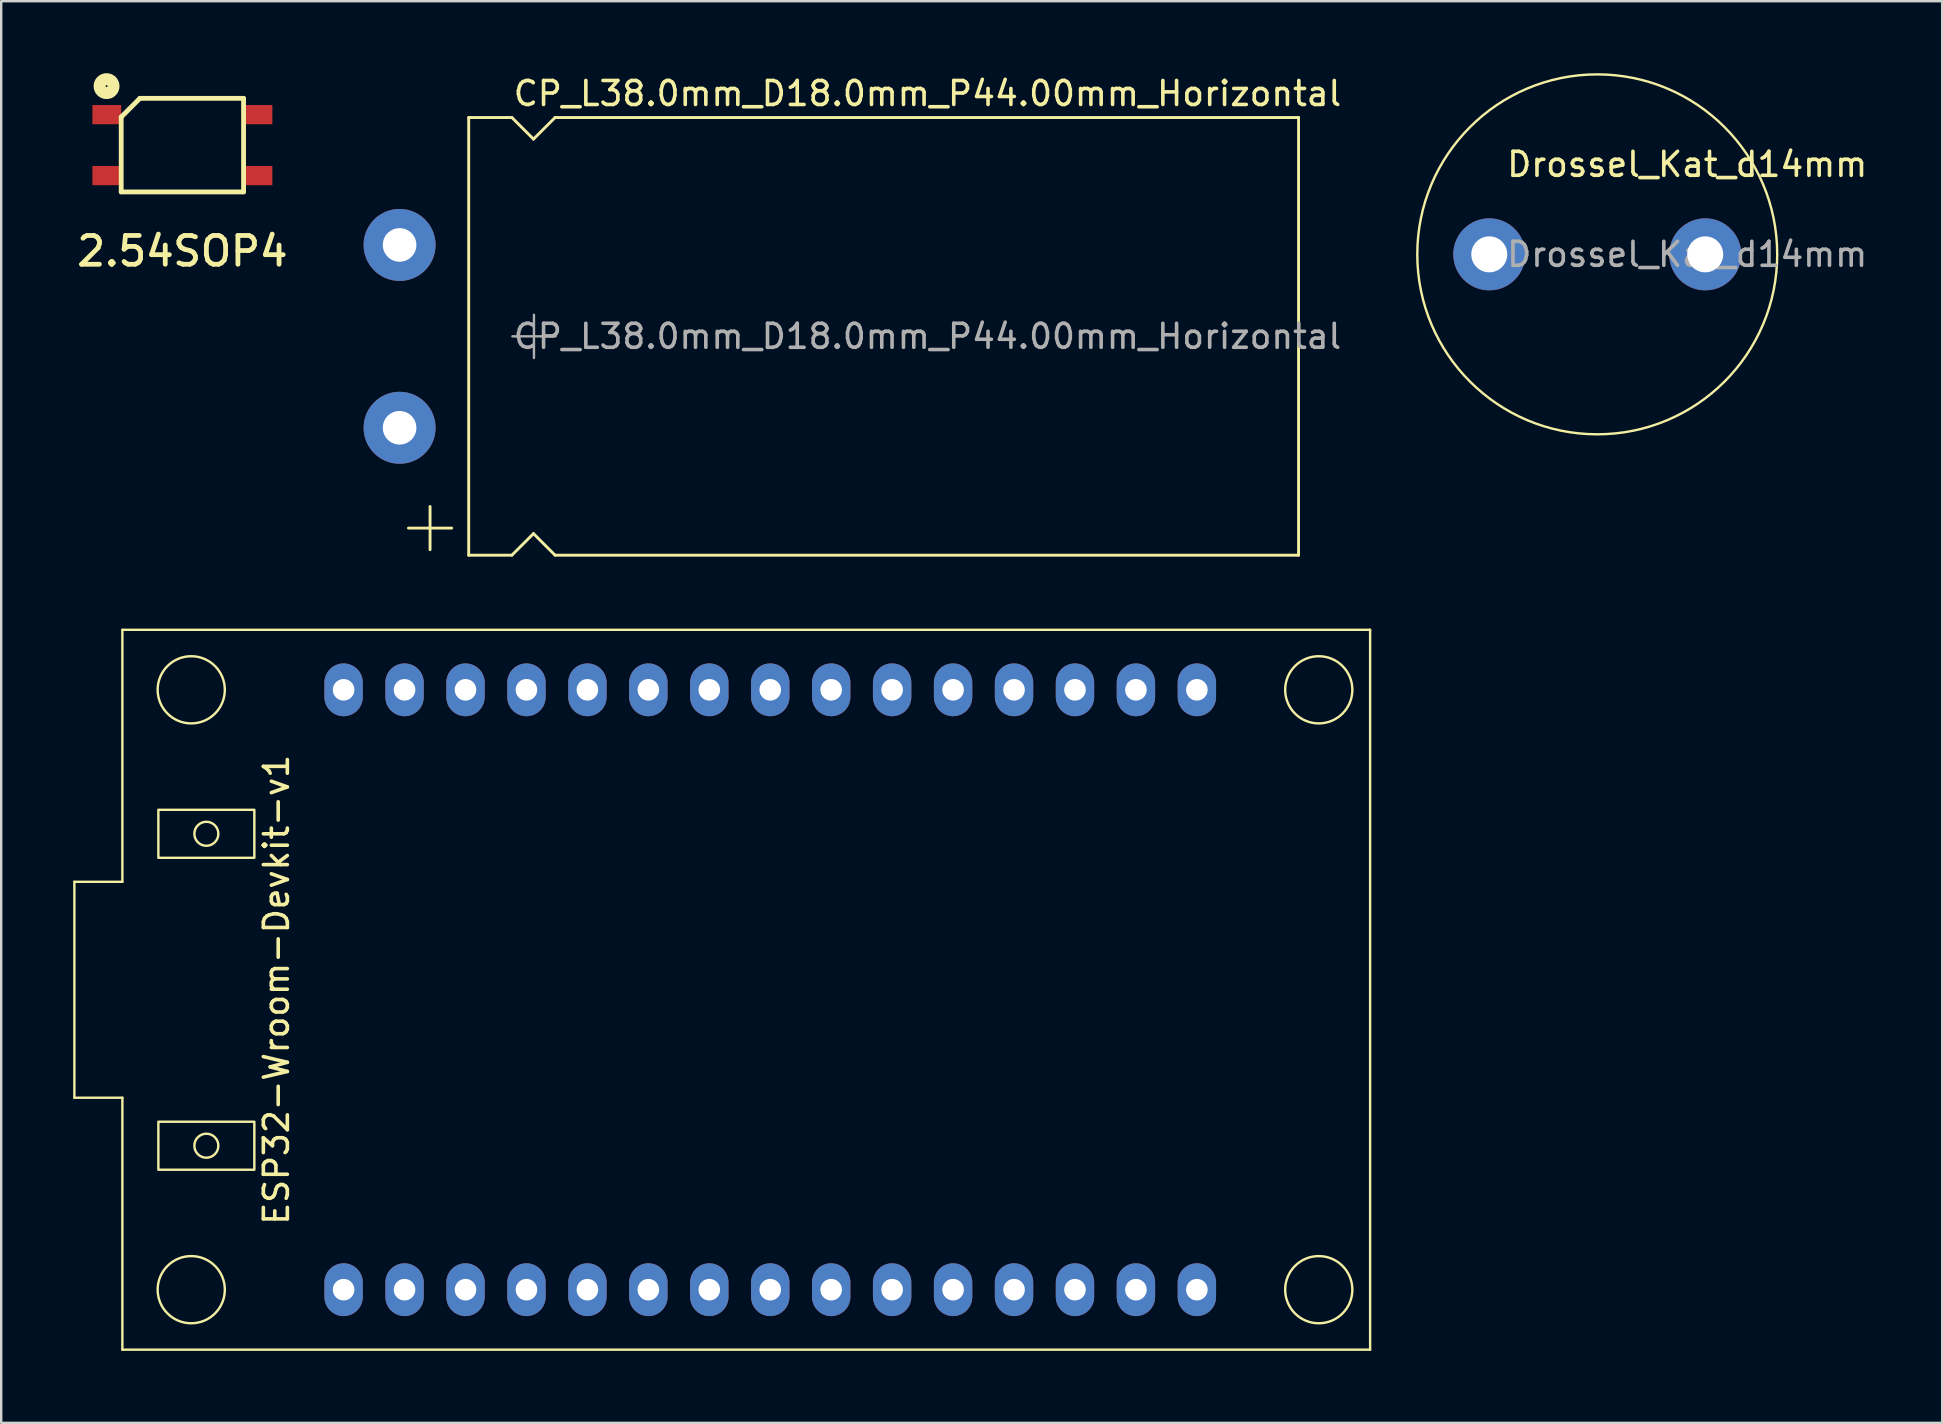
<source format=kicad_pcb>
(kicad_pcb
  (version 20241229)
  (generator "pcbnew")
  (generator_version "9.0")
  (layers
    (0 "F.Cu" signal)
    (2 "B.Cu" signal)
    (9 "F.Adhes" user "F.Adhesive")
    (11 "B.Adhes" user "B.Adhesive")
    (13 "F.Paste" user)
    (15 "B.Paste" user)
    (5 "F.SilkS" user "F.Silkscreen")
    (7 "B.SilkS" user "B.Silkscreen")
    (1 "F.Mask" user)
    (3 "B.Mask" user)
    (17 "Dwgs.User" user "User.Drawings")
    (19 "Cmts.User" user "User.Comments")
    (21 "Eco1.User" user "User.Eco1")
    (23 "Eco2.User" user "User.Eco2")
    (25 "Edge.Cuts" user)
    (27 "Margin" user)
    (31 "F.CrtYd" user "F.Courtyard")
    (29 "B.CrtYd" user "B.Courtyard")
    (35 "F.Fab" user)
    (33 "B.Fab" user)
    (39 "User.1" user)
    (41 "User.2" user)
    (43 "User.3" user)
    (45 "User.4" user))
  (footprint "CP_L38.0mm_D18.0mm_P44.00mm_Horizontal"
    (layer "F.Cu")
    (at 13.603 10.968)
    (property "Reference" "CP_L38.0mm_D18.0mm_P44.00mm_Horizontal" (at 22 -10.12 0) (layer "F.SilkS") (effects (font (size 1 1) (thickness 0.15))))
    (attr through_hole)
    (fp_line (start 0.37 7.99) (end 2.17 7.99) (stroke (width 0.12) (type solid)) (layer "F.SilkS"))
    (fp_line (start 1.27 7.09) (end 1.27 8.89) (stroke (width 0.12) (type solid)) (layer "F.SilkS"))
    (fp_line (start 2.88 -9.12) (end 2.88 9.12) (stroke (width 0.12) (type solid)) (layer "F.SilkS"))
    (fp_line (start 2.88 -9.12) (end 4.68 -9.12) (stroke (width 0.12) (type solid)) (layer "F.SilkS"))
    (fp_line (start 2.88 9.12) (end 4.68 9.12) (stroke (width 0.12) (type solid)) (layer "F.SilkS"))
    (fp_line (start 4.68 -9.12) (end 5.58 -8.22) (stroke (width 0.12) (type solid)) (layer "F.SilkS"))
    (fp_line (start 4.68 9.12) (end 5.58 8.22) (stroke (width 0.12) (type solid)) (layer "F.SilkS"))
    (fp_line (start 5.58 -8.22) (end 6.48 -9.12) (stroke (width 0.12) (type solid)) (layer "F.SilkS"))
    (fp_line (start 5.58 8.22) (end 6.48 9.12) (stroke (width 0.12) (type solid)) (layer "F.SilkS"))
    (fp_line (start 6.48 -9.12) (end 37.465 -9.12) (stroke (width 0.12) (type solid)) (layer "F.SilkS"))
    (fp_line (start 6.48 9.12) (end 37.465 9.12) (stroke (width 0.12) (type solid)) (layer "F.SilkS"))
    (fp_line (start 37.465 -9.12) (end 37.465 9.12) (stroke (width 0.12) (type solid)) (layer "F.SilkS"))
    (fp_line (start 4.7 0) (end 6.5 0) (stroke (width 0.1) (type solid)) (layer "F.Fab"))
    (fp_line (start 5.6 -0.9) (end 5.6 0.9) (stroke (width 0.1) (type solid)) (layer "F.Fab"))
    (fp_text user "${REFERENCE}" (at 22 0 0) (layer "F.Fab") (effects (font (size 1 1) (thickness 0.15))))
    (pad "1" thru_hole circle (at 0 3.81) (size 3 3) (drill 1.4) (layers "*.Cu" "*.Mask"))
    (pad "2" thru_hole oval (at 0 -3.81) (size 3 3) (drill 1.4) (layers "*.Cu" "*.Mask")))
  (footprint "2.54SOP4"
    (layer "F.Cu")
    (at 4.551 2.998)
    (property "Reference" "2.54SOP4" (at 0 4.42 0) (layer "F.SilkS") (effects (font (size 1.2 1.2) (thickness 0.2))))
    (attr through_hole)
    (fp_line (start -2.55 -1.17) (end -2.55 1.95) (stroke (width 0.2) (type solid)) (layer "F.SilkS"))
    (fp_line (start -2.55 1.95) (end 2.55 1.95) (stroke (width 0.2) (type solid)) (layer "F.SilkS"))
    (fp_line (start -1.77 -1.95) (end -2.55 -1.17) (stroke (width 0.2) (type solid)) (layer "F.SilkS"))
    (fp_line (start 2.55 -1.95) (end -1.77 -1.95) (stroke (width 0.2) (type solid)) (layer "F.SilkS"))
    (fp_line (start 2.55 1.95) (end 2.55 -1.95) (stroke (width 0.2) (type solid)) (layer "F.SilkS"))
    (fp_circle (center -3.16 -2.458) (end -3.16 -2.168) (stroke (width 0.5) (type solid)) (fill no) (layer "F.SilkS"))
    (pad "1" smd rect (at -3.15 -1.27) (size 1.2 0.8) (layers "F.Cu" "F.Mask" "F.Paste"))
    (pad "2" smd rect (at -3.15 1.27) (size 1.2 0.8) (layers "F.Cu" "F.Mask" "F.Paste"))
    (pad "3" smd rect (at 3.15 1.27) (size 1.2 0.8) (layers "F.Cu" "F.Mask" "F.Paste"))
    (pad "4" smd rect (at 3.15 -1.27) (size 1.2 0.8) (layers "F.Cu" "F.Mask" "F.Paste")))
  (footprint "Drossel_Kat_d14mm"
    (layer "F.Cu")
    (at 63.516 7.55)
    (property "Reference" "Drossel_Kat_d14mm" (at 3.75 -3.75 0) (layer "F.SilkS") (effects (font (size 1 1) (thickness 0.15))))
    (attr through_hole)
    (fp_circle (center 0 0) (end 0 7.5) (stroke (width 0.1) (type default)) (fill no) (layer "F.SilkS"))
    (fp_text user "${REFERENCE}" (at 3.75 0 0) (layer "F.Fab") (effects (font (size 1 1) (thickness 0.15))))
    (pad "1" thru_hole circle (at -4.5 0) (size 3 3) (drill 1.5) (layers "*.Cu" "*.Mask"))
    (pad "2" thru_hole circle (at 4.5 0) (size 3 3) (drill 1.5) (layers "*.Cu" "*.Mask")))
  (footprint "ESP32-Wroom-Devkit-v1"
    (layer "F.Cu")
    (at 29.05 38.198)
    (property "Reference" "ESP32-Wroom-Devkit-v1" (at -20.58 0 90) (layer "F.SilkS") (effects (font (size 1 1) (thickness 0.15))))
    (attr through_hole)
    (fp_line (start -29 -4.5) (end -29 4.5) (stroke (width 0.1) (type default)) (layer "F.SilkS"))
    (fp_line (start -27 -15) (end -27 -4.5) (stroke (width 0.1) (type default)) (layer "F.SilkS"))
    (fp_line (start -27 -4.5) (end -29 -4.5) (stroke (width 0.1) (type default)) (layer "F.SilkS"))
    (fp_line (start -27 4.5) (end -29 4.5) (stroke (width 0.1) (type default)) (layer "F.SilkS"))
    (fp_line (start -27 15) (end -27 4.5) (stroke (width 0.1) (type default)) (layer "F.SilkS"))
    (fp_line (start 25 -15) (end -27 -15) (stroke (width 0.1) (type default)) (layer "F.SilkS"))
    (fp_line (start 25 -15) (end 25 15) (stroke (width 0.1) (type default)) (layer "F.SilkS"))
    (fp_line (start 25 15) (end -27 15) (stroke (width 0.1) (type default)) (layer "F.SilkS"))
    (fp_rect (start -25.5 -7.5) (end -21.5 -5.5) (stroke (width 0.1) (type default)) (fill no) (layer "F.SilkS"))
    (fp_rect (start -25.5 5.5) (end -21.5 7.5) (stroke (width 0.1) (type default)) (fill no) (layer "F.SilkS"))
    (fp_circle (center -24.13 -12.5) (end -22.73 -12.5) (stroke (width 0.1) (type default)) (fill no) (layer "F.SilkS"))
    (fp_circle (center -24.13 12.5) (end -22.73 12.5) (stroke (width 0.1) (type default)) (fill no) (layer "F.SilkS"))
    (fp_circle (center -23.5 -6.5) (end -23.5 -6) (stroke (width 0.1) (type default)) (fill no) (layer "F.SilkS"))
    (fp_circle (center -23.5 6.5) (end -23.5 7) (stroke (width 0.1) (type default)) (fill no) (layer "F.SilkS"))
    (fp_circle (center 22.86 -12.5) (end 24.26 -12.5) (stroke (width 0.1) (type default)) (fill no) (layer "F.SilkS"))
    (fp_circle (center 22.86 12.5) (end 24.26 12.5) (stroke (width 0.1) (type default)) (fill no) (layer "F.SilkS"))
    (pad "1" thru_hole oval (at -17.78 12.5) (size 1.6 2.2) (drill 0.9) (layers "*.Cu" "*.Mask"))
    (pad "2" thru_hole oval (at -15.24 12.5) (size 1.6 2.2) (drill 0.9) (layers "*.Cu" "*.Mask"))
    (pad "3" thru_hole oval (at -12.7 12.5) (size 1.6 2.2) (drill 0.9) (layers "*.Cu" "*.Mask"))
    (pad "4" thru_hole oval (at -10.16 12.5) (size 1.6 2.2) (drill 0.9) (layers "*.Cu" "*.Mask"))
    (pad "5" thru_hole oval (at -7.62 12.5) (size 1.6 2.2) (drill 0.9) (layers "*.Cu" "*.Mask"))
    (pad "6" thru_hole oval (at -5.08 12.5) (size 1.6 2.2) (drill 0.9) (layers "*.Cu" "*.Mask"))
    (pad "7" thru_hole oval (at -2.54 12.5) (size 1.6 2.2) (drill 0.9) (layers "*.Cu" "*.Mask"))
    (pad "8" thru_hole oval (at 0 12.5) (size 1.6 2.2) (drill 0.9) (layers "*.Cu" "*.Mask"))
    (pad "9" thru_hole oval (at 2.54 12.5) (size 1.6 2.2) (drill 0.9) (layers "*.Cu" "*.Mask"))
    (pad "10" thru_hole oval (at 5.08 12.5) (size 1.6 2.2) (drill 0.9) (layers "*.Cu" "*.Mask"))
    (pad "11" thru_hole oval (at 7.62 12.5) (size 1.6 2.2) (drill 0.9) (layers "*.Cu" "*.Mask"))
    (pad "12" thru_hole oval (at 10.16 12.5) (size 1.6 2.2) (drill 0.9) (layers "*.Cu" "*.Mask"))
    (pad "13" thru_hole oval (at 12.7 12.5) (size 1.6 2.2) (drill 0.9) (layers "*.Cu" "*.Mask"))
    (pad "14" thru_hole oval (at 15.24 12.5) (size 1.6 2.2) (drill 0.9) (layers "*.Cu" "*.Mask"))
    (pad "15" thru_hole oval (at 17.78 12.5) (size 1.6 2.2) (drill 0.9) (layers "*.Cu" "*.Mask"))
    (pad "16" thru_hole oval (at 17.78 -12.5) (size 1.6 2.2) (drill 0.9) (layers "*.Cu" "*.Mask"))
    (pad "17" thru_hole oval (at 15.24 -12.5) (size 1.6 2.2) (drill 0.9) (layers "*.Cu" "*.Mask"))
    (pad "18" thru_hole oval (at 12.7 -12.5) (size 1.6 2.2) (drill 0.9) (layers "*.Cu" "*.Mask"))
    (pad "19" thru_hole oval (at 10.16 -12.5) (size 1.6 2.2) (drill 0.9) (layers "*.Cu" "*.Mask"))
    (pad "20" thru_hole oval (at 7.62 -12.5) (size 1.6 2.2) (drill 0.9) (layers "*.Cu" "*.Mask"))
    (pad "21" thru_hole oval (at 5.08 -12.5) (size 1.6 2.2) (drill 0.9) (layers "*.Cu" "*.Mask"))
    (pad "22" thru_hole oval (at 2.54 -12.5) (size 1.6 2.2) (drill 0.9) (layers "*.Cu" "*.Mask"))
    (pad "23" thru_hole oval (at 0 -12.5) (size 1.6 2.2) (drill 0.9) (layers "*.Cu" "*.Mask"))
    (pad "24" thru_hole oval (at -2.54 -12.5) (size 1.6 2.2) (drill 0.9) (layers "*.Cu" "*.Mask"))
    (pad "25" thru_hole oval (at -5.08 -12.5) (size 1.6 2.2) (drill 0.9) (layers "*.Cu" "*.Mask"))
    (pad "26" thru_hole oval (at -7.62 -12.5) (size 1.6 2.2) (drill 0.9) (layers "*.Cu" "*.Mask"))
    (pad "27" thru_hole oval (at -10.16 -12.5) (size 1.6 2.2) (drill 0.9) (layers "*.Cu" "*.Mask"))
    (pad "28" thru_hole oval (at -12.7 -12.5) (size 1.6 2.2) (drill 0.9) (layers "*.Cu" "*.Mask"))
    (pad "29" thru_hole oval (at -15.24 -12.5) (size 1.6 2.2) (drill 0.9) (layers "*.Cu" "*.Mask"))
    (pad "30" thru_hole oval (at -17.78 -12.5) (size 1.6 2.2) (drill 0.9) (layers "*.Cu" "*.Mask")))
  (gr_rect
    (start -3 -3)
    (end 77.891 56.248)
    (stroke (width 0.1) (type default))
    (fill no)
    (layer "Edge.Cuts")))
</source>
